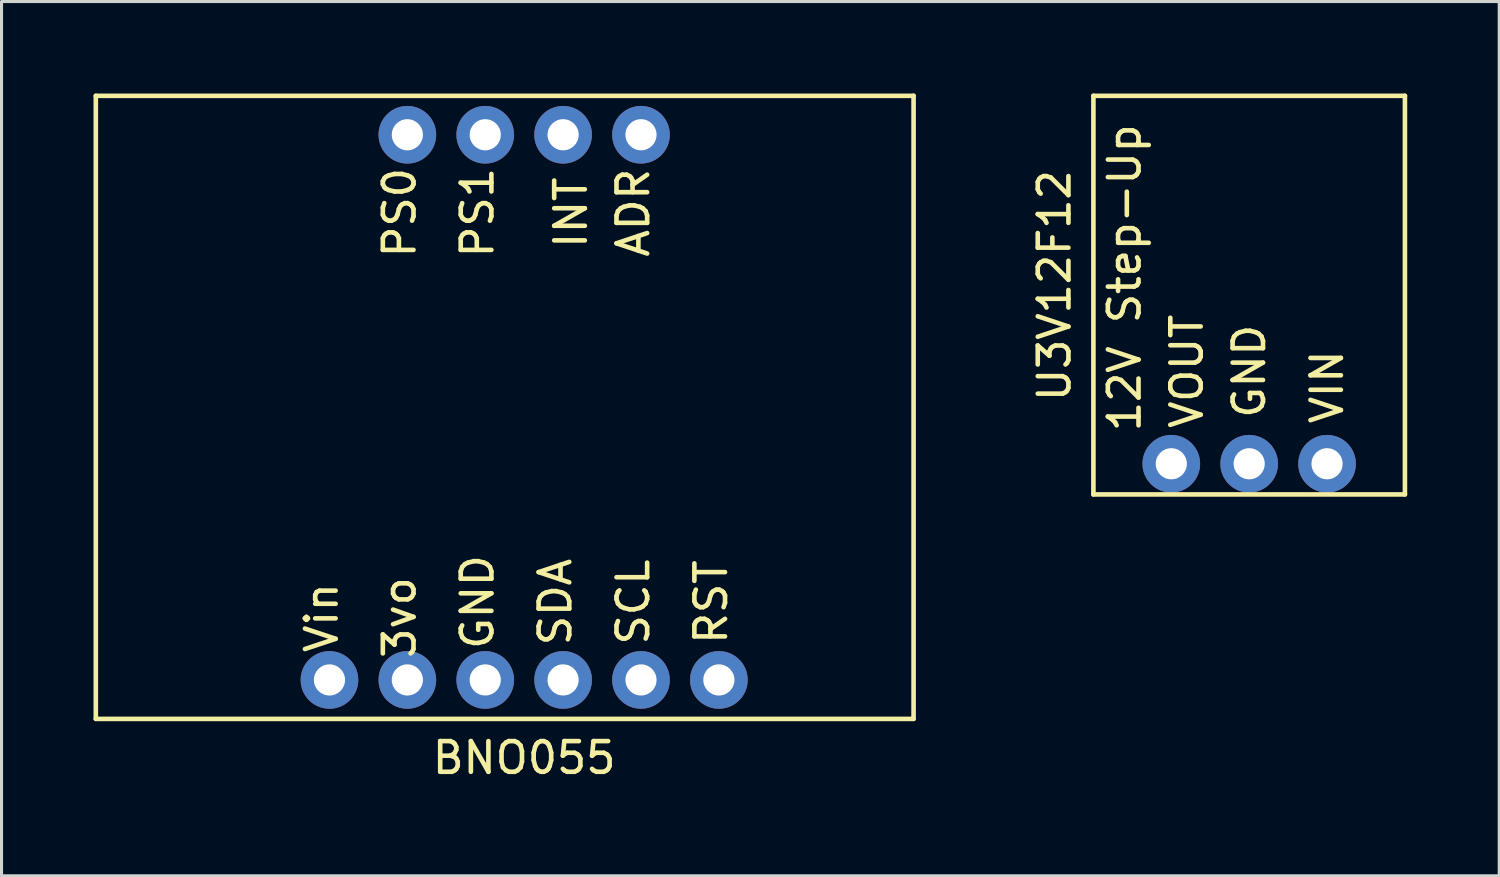
<source format=kicad_pcb>
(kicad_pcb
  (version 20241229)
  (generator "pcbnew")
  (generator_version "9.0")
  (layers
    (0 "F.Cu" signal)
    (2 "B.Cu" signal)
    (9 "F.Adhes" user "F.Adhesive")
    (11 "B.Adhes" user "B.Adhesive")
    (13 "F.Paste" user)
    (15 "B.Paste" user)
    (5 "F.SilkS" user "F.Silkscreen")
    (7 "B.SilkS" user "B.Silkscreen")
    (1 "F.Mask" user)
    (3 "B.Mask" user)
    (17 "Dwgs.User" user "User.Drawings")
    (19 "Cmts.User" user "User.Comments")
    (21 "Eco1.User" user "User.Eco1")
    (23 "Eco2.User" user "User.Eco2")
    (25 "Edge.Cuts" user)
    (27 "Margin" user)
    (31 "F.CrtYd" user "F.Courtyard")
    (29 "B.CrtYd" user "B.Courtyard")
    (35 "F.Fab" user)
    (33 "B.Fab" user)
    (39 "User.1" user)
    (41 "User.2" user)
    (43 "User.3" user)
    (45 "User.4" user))
  (footprint "U3V12F12"
    (layer "F.Cu")
    (at 30.07 10.075)
    (property "Reference" "U3V12F12" (at 1.27 -3.81 90) (layer "F.SilkS") (effects (font (size 1 1) (thickness 0.15))))
    (attr through_hole)
    (fp_line (start 2.54 -10) (end 2.54 3) (stroke (width 0.15) (type solid)) (layer "F.SilkS"))
    (fp_line (start 2.54 3) (end 12.7 3) (stroke (width 0.15) (type solid)) (layer "F.SilkS"))
    (fp_line (start 12.7 -10) (end 2.54 -10) (stroke (width 0.15) (type solid)) (layer "F.SilkS"))
    (fp_line (start 12.7 3) (end 12.7 -10) (stroke (width 0.15) (type solid)) (layer "F.SilkS"))
    (fp_text user "12V Step-Up" (at 3.556 -4.064 90) (layer "F.SilkS") (effects (font (size 1 1) (thickness 0.15))))
    (fp_text user "GND" (at 7.62 -1.016 90) (layer "F.SilkS") (effects (font (size 0.991 0.991) (thickness 0.15))))
    (fp_text user "VOUT" (at 5.588 -1.016 90) (layer "F.SilkS") (effects (font (size 0.991 0.991) (thickness 0.15))))
    (fp_text user "VIN" (at 10.16 -0.508 90) (layer "F.SilkS") (effects (font (size 0.991 0.991) (thickness 0.151))))
    (pad "1" thru_hole circle (at 5.08 2) (size 1.88 1.88) (drill 1.016) (layers "*.Cu" "*.Mask"))
    (pad "2" thru_hole circle (at 7.62 2) (size 1.88 1.88) (drill 1.016) (layers "*.Cu" "*.Mask"))
    (pad "3" thru_hole circle (at 10.16 2) (size 1.88 1.88) (drill 1.016) (layers "*.Cu" "*.Mask")))
  (footprint "BNO055"
    (layer "F.Cu")
    (at 14.045 19.125)
    (property "Reference" "BNO055" (at 0 2.54 0) (layer "F.SilkS") (effects (font (size 1 1) (thickness 0.15))))
    (attr through_hole)
    (fp_line (start -13.97 -19.05) (end -13.97 1.27) (stroke (width 0.15) (type solid)) (layer "F.SilkS"))
    (fp_line (start -13.97 1.27) (end 12.7 1.27) (stroke (width 0.15) (type solid)) (layer "F.SilkS"))
    (fp_line (start 12.7 -19.05) (end -13.97 -19.05) (stroke (width 0.15) (type solid)) (layer "F.SilkS"))
    (fp_line (start 12.7 1.27) (end 12.7 -19.05) (stroke (width 0.15) (type solid)) (layer "F.SilkS"))
    (fp_text user "SDA" (at 1.016 -2.54 90) (layer "F.SilkS") (effects (font (size 1 1) (thickness 0.15))))
    (fp_text user "RST" (at 6.096 -2.54 90) (layer "F.SilkS") (effects (font (size 1 1) (thickness 0.15))))
    (fp_text user "SCL" (at 3.556 -2.54 90) (layer "F.SilkS") (effects (font (size 1 1) (thickness 0.15))))
    (fp_text user "Vin" (at -6.604 -2.032 90) (layer "F.SilkS") (effects (font (size 1 1) (thickness 0.15))))
    (fp_text user "3vo" (at -4.064 -2.032 90) (layer "F.SilkS") (effects (font (size 1 1) (thickness 0.15))))
    (fp_text user "INT" (at 1.524 -15.24 90) (layer "F.SilkS") (effects (font (size 1 1) (thickness 0.15))))
    (fp_text user "PS0" (at -4.064 -15.24 90) (layer "F.SilkS") (effects (font (size 1 1) (thickness 0.15))))
    (fp_text user "GND" (at -1.524 -2.54 90) (layer "F.SilkS") (effects (font (size 1 1) (thickness 0.15))))
    (fp_text user "ADR" (at 3.556 -15.24 90) (layer "F.SilkS") (effects (font (size 1 1) (thickness 0.15))))
    (fp_text user "PS1" (at -1.524 -15.24 90) (layer "F.SilkS") (effects (font (size 1 1) (thickness 0.15))))
    (pad "1" thru_hole circle (at -6.35 0) (size 1.88 1.88) (drill 1.016) (layers "*.Cu" "*.Mask"))
    (pad "2" thru_hole circle (at -3.81 0) (size 1.88 1.88) (drill 1.016) (layers "*.Cu" "*.Mask"))
    (pad "3" thru_hole circle (at -1.27 0) (size 1.88 1.88) (drill 1.016) (layers "*.Cu" "*.Mask"))
    (pad "4" thru_hole circle (at 1.27 0) (size 1.88 1.88) (drill 1.016) (layers "*.Cu" "*.Mask"))
    (pad "5" thru_hole circle (at 3.81 0) (size 1.88 1.88) (drill 1.016) (layers "*.Cu" "*.Mask"))
    (pad "6" thru_hole circle (at 6.35 0) (size 1.88 1.88) (drill 1.016) (layers "*.Cu" "*.Mask"))
    (pad "7" thru_hole circle (at -3.81 -17.78) (size 1.88 1.88) (drill 1.016) (layers "*.Cu" "*.Mask"))
    (pad "8" thru_hole circle (at -1.27 -17.78) (size 1.88 1.88) (drill 1.016) (layers "*.Cu" "*.Mask"))
    (pad "9" thru_hole circle (at 1.27 -17.78) (size 1.88 1.88) (drill 1.016) (layers "*.Cu" "*.Mask"))
    (pad "10" thru_hole circle (at 3.81 -17.78) (size 1.88 1.88) (drill 1.016) (layers "*.Cu" "*.Mask")))
  (gr_rect
    (start -3 -3)
    (end 45.845 25.513)
    (stroke (width 0.1) (type default))
    (fill no)
    (layer "Edge.Cuts")))
</source>
